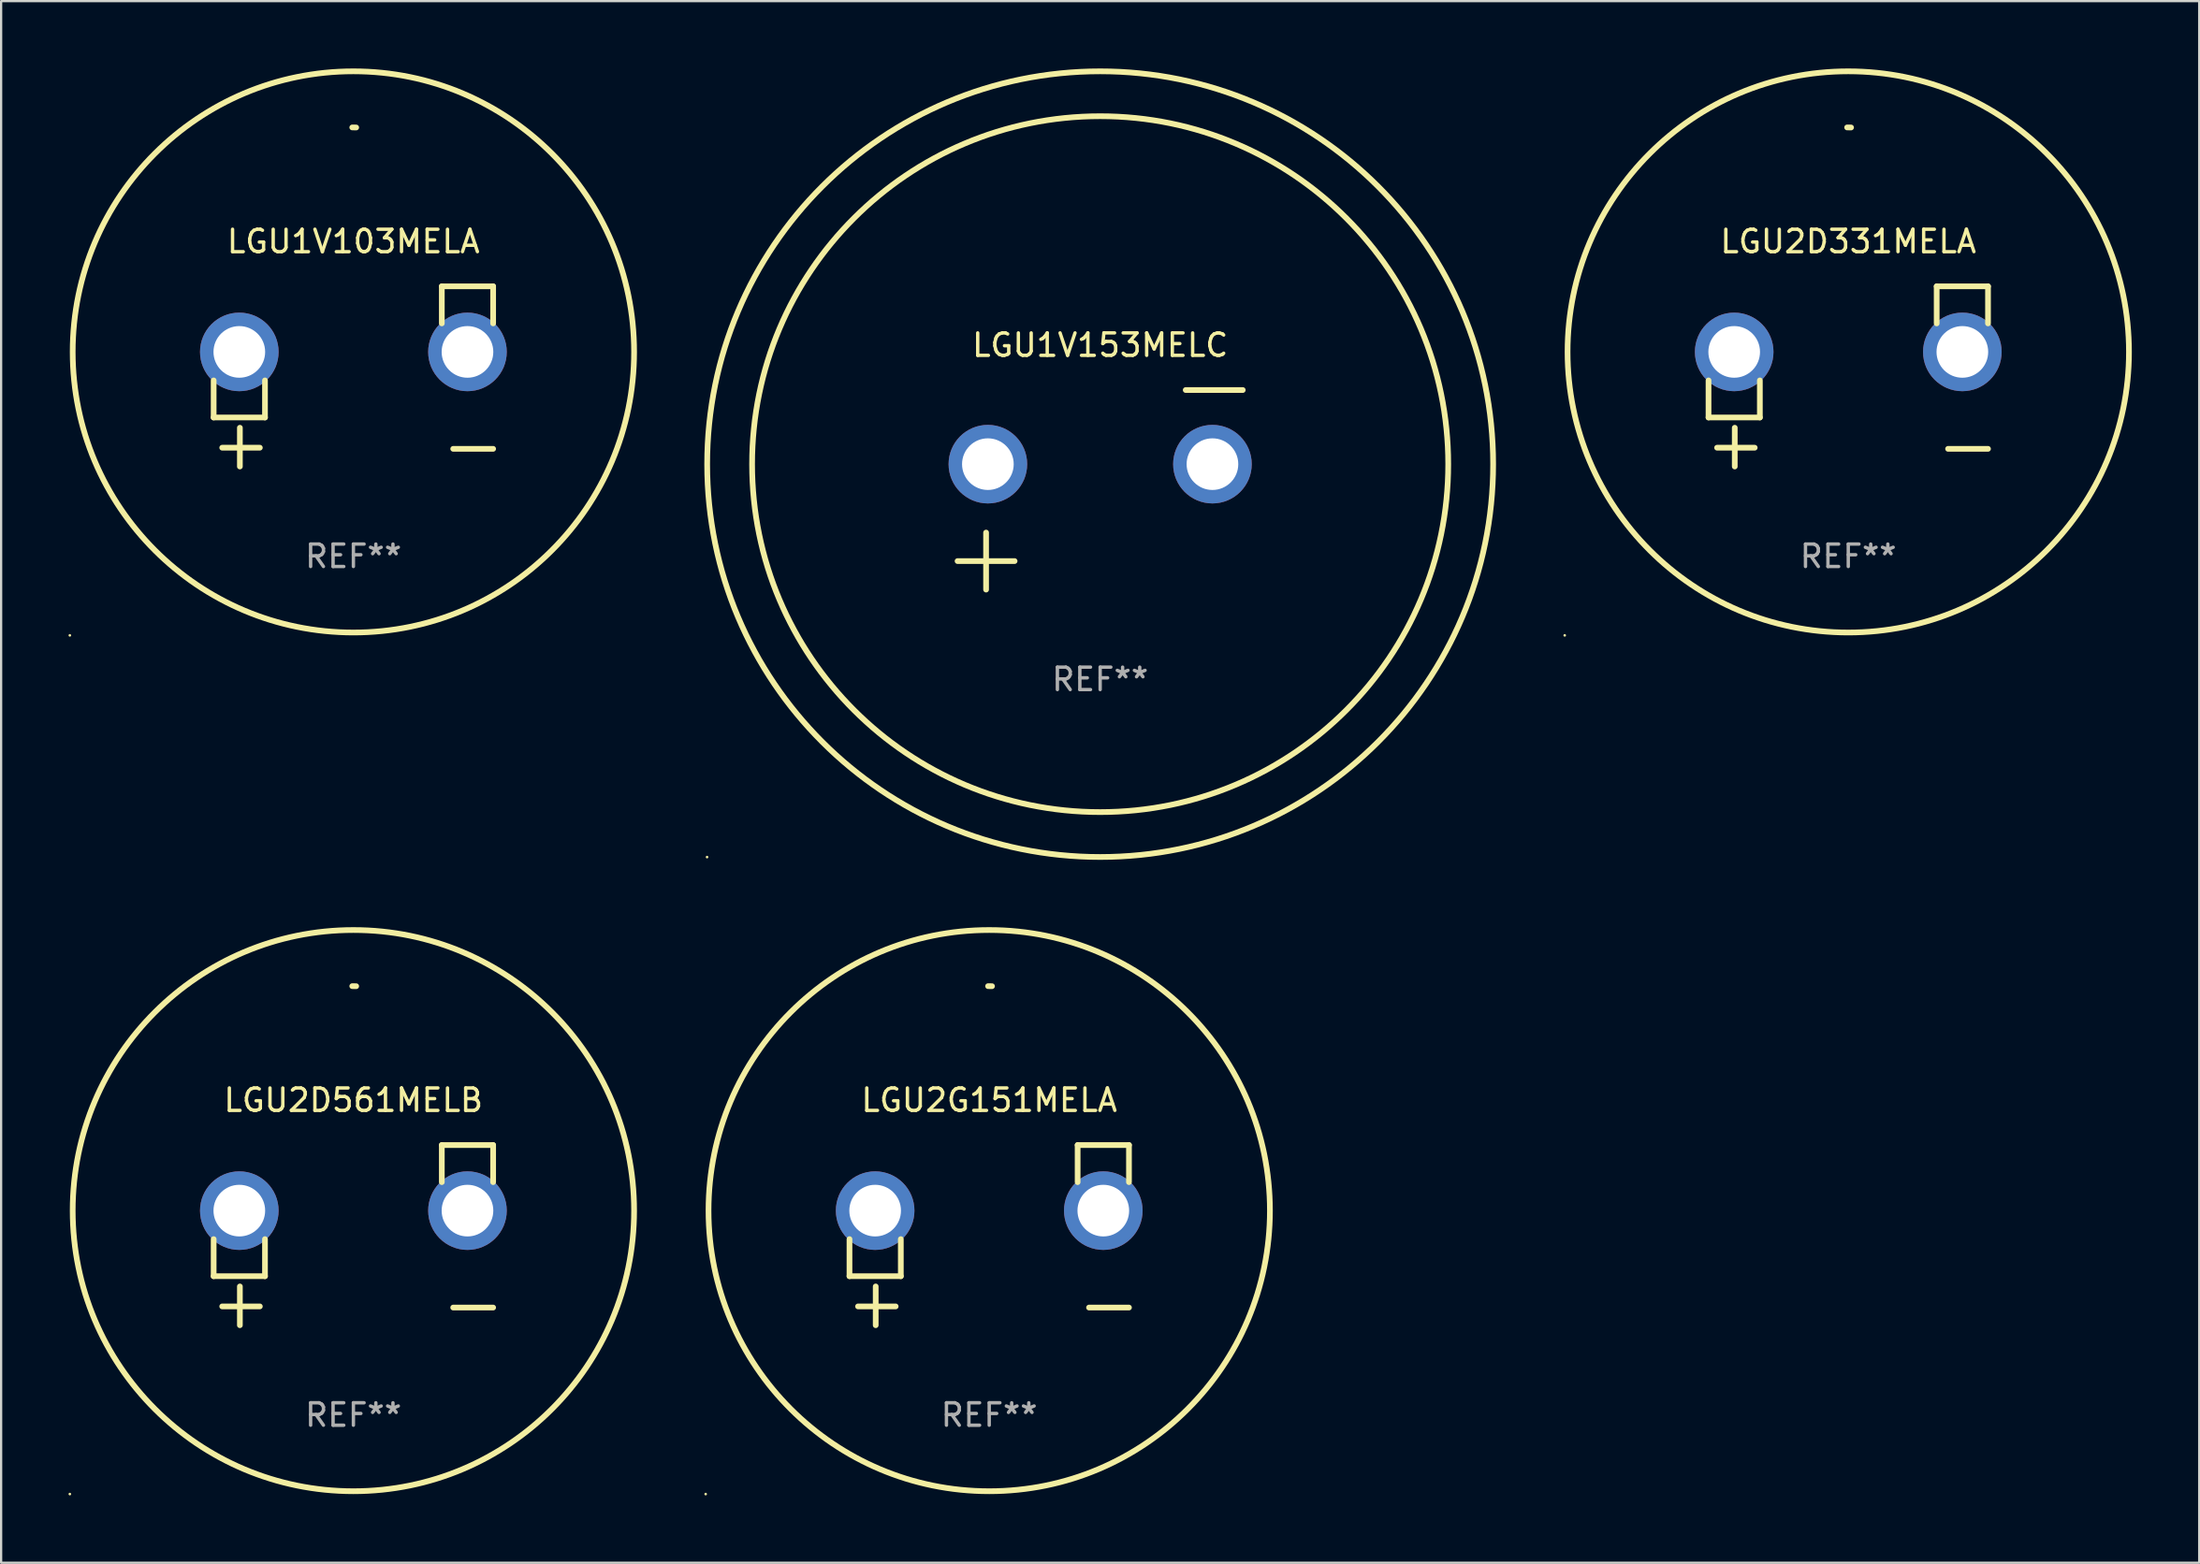
<source format=kicad_pcb>
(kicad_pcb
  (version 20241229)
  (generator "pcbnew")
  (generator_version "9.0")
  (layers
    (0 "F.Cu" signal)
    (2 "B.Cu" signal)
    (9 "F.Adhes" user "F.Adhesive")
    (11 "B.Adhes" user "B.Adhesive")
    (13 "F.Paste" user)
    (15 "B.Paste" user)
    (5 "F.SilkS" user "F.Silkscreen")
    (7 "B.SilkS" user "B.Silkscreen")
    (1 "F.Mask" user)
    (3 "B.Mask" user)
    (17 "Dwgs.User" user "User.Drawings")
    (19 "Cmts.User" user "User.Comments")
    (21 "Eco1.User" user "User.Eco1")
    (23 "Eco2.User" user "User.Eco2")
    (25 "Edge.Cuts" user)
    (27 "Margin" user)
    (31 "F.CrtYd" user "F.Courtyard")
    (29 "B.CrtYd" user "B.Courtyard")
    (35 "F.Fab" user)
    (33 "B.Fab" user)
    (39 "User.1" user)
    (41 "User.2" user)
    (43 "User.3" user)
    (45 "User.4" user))
  (footprint "LGU1V103MELA"
    (layer "F.Cu")
    (at 12.687 13.719)
    (property "Reference" "LGU1V103MELA" (at 0 -6.013 0) (layer "F.SilkS") (effects (font (size 1 1) (thickness 0.15))))
    (attr through_hole)
    (fp_line (start -6.223 0.178) (end -6.223 1.829) (stroke (width 0.254) (type solid)) (layer "F.SilkS"))
    (fp_line (start -6.223 1.829) (end -3.937 1.829) (stroke (width 0.254) (type solid)) (layer "F.SilkS"))
    (fp_line (start -5.055 4.013) (end -5.055 2.286) (stroke (width 0.254) (type solid)) (layer "F.SilkS"))
    (fp_line (start -4.166 3.175) (end -5.842 3.175) (stroke (width 0.254) (type solid)) (layer "F.SilkS"))
    (fp_line (start -3.937 1.829) (end -3.937 0.178) (stroke (width 0.254) (type solid)) (layer "F.SilkS"))
    (fp_line (start 3.937 -4.013) (end 3.937 -2.362) (stroke (width 0.254) (type solid)) (layer "F.SilkS"))
    (fp_line (start 6.223 -4.013) (end 3.937 -4.013) (stroke (width 0.254) (type solid)) (layer "F.SilkS"))
    (fp_line (start 6.223 -2.362) (end 6.223 -4.013) (stroke (width 0.254) (type solid)) (layer "F.SilkS"))
    (fp_line (start 6.223 3.226) (end 4.445 3.226) (stroke (width 0.254) (type solid)) (layer "F.SilkS"))
    (fp_arc (start -0.0508 -11.092202) (mid 0.036835 -11.091307) (end 0.12446 -11.089662) (stroke (width 0.254001) (type solid)) (layer "F.SilkS"))
    (fp_circle (center -12.627 11.535) (end -12.597 11.535) (stroke (width 0.06) (type solid)) (fill no) (layer "F.SilkS"))
    (fp_circle (center 0 -1.092) (end 12.5 -1.092) (stroke (width 0.254) (type solid)) (fill no) (layer "F.SilkS"))
    (fp_text user "REF**" (at 0 8.013 0) (layer "F.Fab") (effects (font (size 1 1) (thickness 0.15))))
    (pad "1" thru_hole circle (at -5.08 -1.092) (size 3.5 3.5) (drill 2.3) (layers "*.Cu" "*.Mask"))
    (pad "2" thru_hole circle (at 5.08 -1.092) (size 3.5 3.5) (drill 2.3) (layers "*.Cu" "*.Mask")))
  (footprint "LGU2G151MELA"
    (layer "F.Cu")
    (at 41.001 51.973)
    (property "Reference" "LGU2G151MELA" (at 0 -6.013 0) (layer "F.SilkS") (effects (font (size 1 1) (thickness 0.15))))
    (attr through_hole)
    (fp_line (start -6.223 0.178) (end -6.223 1.829) (stroke (width 0.254) (type solid)) (layer "F.SilkS"))
    (fp_line (start -6.223 1.829) (end -3.937 1.829) (stroke (width 0.254) (type solid)) (layer "F.SilkS"))
    (fp_line (start -5.055 4.013) (end -5.055 2.286) (stroke (width 0.254) (type solid)) (layer "F.SilkS"))
    (fp_line (start -4.166 3.175) (end -5.842 3.175) (stroke (width 0.254) (type solid)) (layer "F.SilkS"))
    (fp_line (start -3.937 1.829) (end -3.937 0.178) (stroke (width 0.254) (type solid)) (layer "F.SilkS"))
    (fp_line (start 3.937 -4.013) (end 3.937 -2.362) (stroke (width 0.254) (type solid)) (layer "F.SilkS"))
    (fp_line (start 6.223 -4.013) (end 3.937 -4.013) (stroke (width 0.254) (type solid)) (layer "F.SilkS"))
    (fp_line (start 6.223 -2.362) (end 6.223 -4.013) (stroke (width 0.254) (type solid)) (layer "F.SilkS"))
    (fp_line (start 6.223 3.226) (end 4.445 3.226) (stroke (width 0.254) (type solid)) (layer "F.SilkS"))
    (fp_arc (start -0.0508 -11.092202) (mid 0.036835 -11.091307) (end 0.12446 -11.089662) (stroke (width 0.254001) (type solid)) (layer "F.SilkS"))
    (fp_circle (center -12.627 11.535) (end -12.597 11.535) (stroke (width 0.06) (type solid)) (fill no) (layer "F.SilkS"))
    (fp_circle (center 0 -1.092) (end 12.5 -1.092) (stroke (width 0.254) (type solid)) (fill no) (layer "F.SilkS"))
    (fp_text user "REF**" (at 0 8.013 0) (layer "F.Fab") (effects (font (size 1 1) (thickness 0.15))))
    (pad "1" thru_hole circle (at -5.08 -1.092) (size 3.5 3.5) (drill 2.3) (layers "*.Cu" "*.Mask"))
    (pad "2" thru_hole circle (at 5.08 -1.092) (size 3.5 3.5) (drill 2.3) (layers "*.Cu" "*.Mask")))
  (footprint "LGU2D561MELB"
    (layer "F.Cu")
    (at 12.687 51.973)
    (property "Reference" "LGU2D561MELB" (at 0 -6.013 0) (layer "F.SilkS") (effects (font (size 1 1) (thickness 0.15))))
    (attr through_hole)
    (fp_line (start -6.223 0.178) (end -6.223 1.829) (stroke (width 0.254) (type solid)) (layer "F.SilkS"))
    (fp_line (start -6.223 1.829) (end -3.937 1.829) (stroke (width 0.254) (type solid)) (layer "F.SilkS"))
    (fp_line (start -5.055 4.013) (end -5.055 2.286) (stroke (width 0.254) (type solid)) (layer "F.SilkS"))
    (fp_line (start -4.166 3.175) (end -5.842 3.175) (stroke (width 0.254) (type solid)) (layer "F.SilkS"))
    (fp_line (start -3.937 1.829) (end -3.937 0.178) (stroke (width 0.254) (type solid)) (layer "F.SilkS"))
    (fp_line (start 3.937 -4.013) (end 3.937 -2.362) (stroke (width 0.254) (type solid)) (layer "F.SilkS"))
    (fp_line (start 6.223 -4.013) (end 3.937 -4.013) (stroke (width 0.254) (type solid)) (layer "F.SilkS"))
    (fp_line (start 6.223 -2.362) (end 6.223 -4.013) (stroke (width 0.254) (type solid)) (layer "F.SilkS"))
    (fp_line (start 6.223 3.226) (end 4.445 3.226) (stroke (width 0.254) (type solid)) (layer "F.SilkS"))
    (fp_arc (start -0.0508 -11.092202) (mid 0.036835 -11.091307) (end 0.12446 -11.089662) (stroke (width 0.254001) (type solid)) (layer "F.SilkS"))
    (fp_circle (center -12.627 11.535) (end -12.597 11.535) (stroke (width 0.06) (type solid)) (fill no) (layer "F.SilkS"))
    (fp_circle (center 0 -1.092) (end 12.5 -1.092) (stroke (width 0.254) (type solid)) (fill no) (layer "F.SilkS"))
    (fp_text user "REF**" (at 0 8.013 0) (layer "F.Fab") (effects (font (size 1 1) (thickness 0.15))))
    (pad "1" thru_hole circle (at -5.08 -1.092) (size 3.5 3.5) (drill 2.3) (layers "*.Cu" "*.Mask"))
    (pad "2" thru_hole circle (at 5.08 -1.092) (size 3.5 3.5) (drill 2.3) (layers "*.Cu" "*.Mask")))
  (footprint "LGU1V153MELC"
    (layer "F.Cu")
    (at 45.941 18.77)
    (property "Reference" "LGU1V153MELC" (at 0 -6.445 0) (layer "F.SilkS") (effects (font (size 1 1) (thickness 0.15))))
    (attr through_hole)
    (fp_line (start -6.35 3.175) (end -3.81 3.175) (stroke (width 0.254) (type solid)) (layer "F.SilkS"))
    (fp_line (start -5.08 1.905) (end -5.08 4.445) (stroke (width 0.254) (type solid)) (layer "F.SilkS"))
    (fp_line (start 3.81 -4.445) (end 6.35 -4.445) (stroke (width 0.254) (type solid)) (layer "F.SilkS"))
    (fp_circle (center -17.505 16.362) (end -17.475 16.362) (stroke (width 0.06) (type solid)) (fill no) (layer "F.SilkS"))
    (fp_circle (center 0 -1.143) (end 15.5 -1.143) (stroke (width 0.254) (type solid)) (fill no) (layer "F.SilkS"))
    (fp_circle (center 0 -1.143) (end 17.5 -1.143) (stroke (width 0.254) (type solid)) (fill no) (layer "F.SilkS"))
    (fp_text user "REF**" (at 0 8.445 0) (layer "F.Fab") (effects (font (size 1 1) (thickness 0.15))))
    (pad "1" thru_hole circle (at -5 -1.143) (size 3.5 3.5) (drill 2.3) (layers "*.Cu" "*.Mask"))
    (pad "2" thru_hole circle (at 5 -1.143) (size 3.5 3.5) (drill 2.3) (layers "*.Cu" "*.Mask")))
  (footprint "LGU2D331MELA"
    (layer "F.Cu")
    (at 79.255 13.719)
    (property "Reference" "LGU2D331MELA" (at 0 -6.013 0) (layer "F.SilkS") (effects (font (size 1 1) (thickness 0.15))))
    (attr through_hole)
    (fp_line (start -6.223 0.178) (end -6.223 1.829) (stroke (width 0.254) (type solid)) (layer "F.SilkS"))
    (fp_line (start -6.223 1.829) (end -3.937 1.829) (stroke (width 0.254) (type solid)) (layer "F.SilkS"))
    (fp_line (start -5.055 4.013) (end -5.055 2.286) (stroke (width 0.254) (type solid)) (layer "F.SilkS"))
    (fp_line (start -4.166 3.175) (end -5.842 3.175) (stroke (width 0.254) (type solid)) (layer "F.SilkS"))
    (fp_line (start -3.937 1.829) (end -3.937 0.178) (stroke (width 0.254) (type solid)) (layer "F.SilkS"))
    (fp_line (start 3.937 -4.013) (end 3.937 -2.362) (stroke (width 0.254) (type solid)) (layer "F.SilkS"))
    (fp_line (start 6.223 -4.013) (end 3.937 -4.013) (stroke (width 0.254) (type solid)) (layer "F.SilkS"))
    (fp_line (start 6.223 -2.362) (end 6.223 -4.013) (stroke (width 0.254) (type solid)) (layer "F.SilkS"))
    (fp_line (start 6.223 3.226) (end 4.445 3.226) (stroke (width 0.254) (type solid)) (layer "F.SilkS"))
    (fp_arc (start -0.0508 -11.092202) (mid 0.036835 -11.091307) (end 0.12446 -11.089662) (stroke (width 0.254001) (type solid)) (layer "F.SilkS"))
    (fp_circle (center -12.627 11.535) (end -12.597 11.535) (stroke (width 0.06) (type solid)) (fill no) (layer "F.SilkS"))
    (fp_circle (center 0 -1.092) (end 12.5 -1.092) (stroke (width 0.254) (type solid)) (fill no) (layer "F.SilkS"))
    (fp_text user "REF**" (at 0 8.013 0) (layer "F.Fab") (effects (font (size 1 1) (thickness 0.15))))
    (pad "1" thru_hole circle (at -5.08 -1.092) (size 3.5 3.5) (drill 2.3) (layers "*.Cu" "*.Mask"))
    (pad "2" thru_hole circle (at 5.08 -1.092) (size 3.5 3.5) (drill 2.3) (layers "*.Cu" "*.Mask")))
  (gr_rect
    (start -3 -3)
    (end 94.882 66.568)
    (stroke (width 0.1) (type default))
    (fill no)
    (layer "Edge.Cuts")))
</source>
